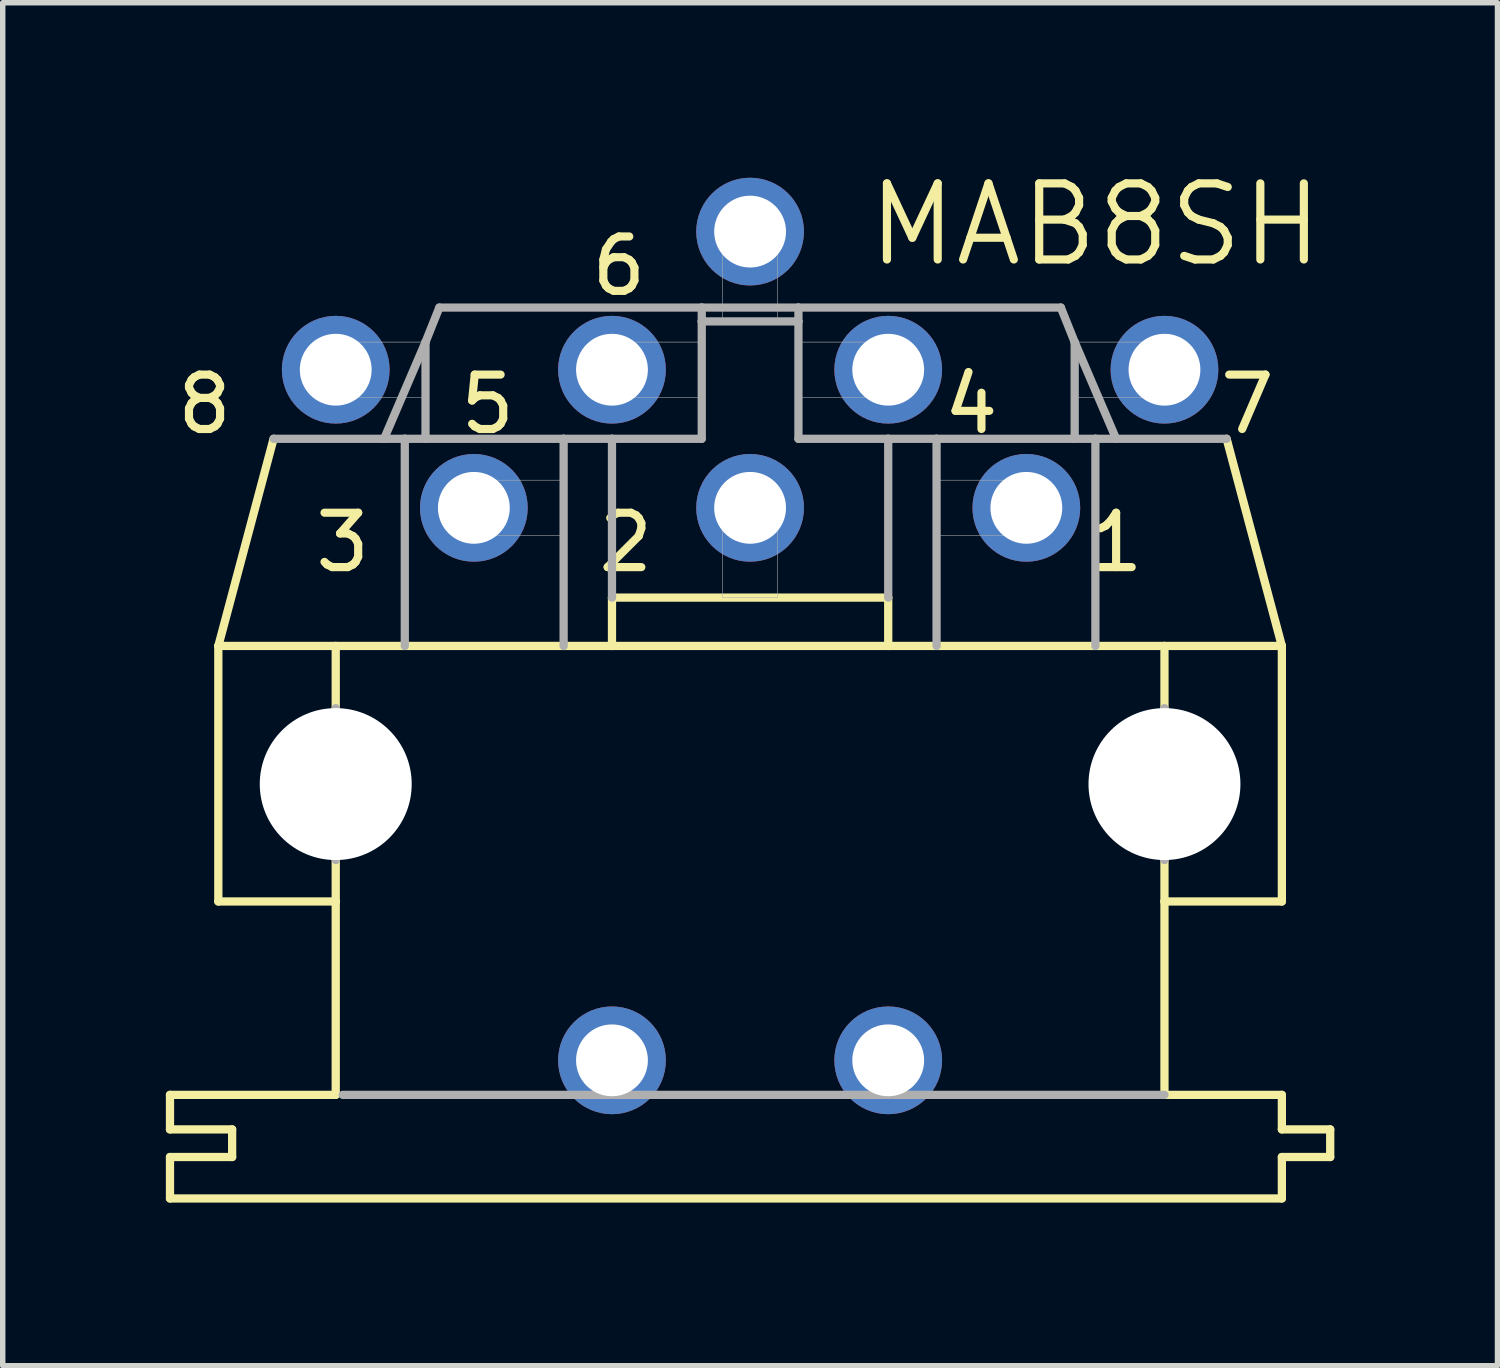
<source format=kicad_pcb>
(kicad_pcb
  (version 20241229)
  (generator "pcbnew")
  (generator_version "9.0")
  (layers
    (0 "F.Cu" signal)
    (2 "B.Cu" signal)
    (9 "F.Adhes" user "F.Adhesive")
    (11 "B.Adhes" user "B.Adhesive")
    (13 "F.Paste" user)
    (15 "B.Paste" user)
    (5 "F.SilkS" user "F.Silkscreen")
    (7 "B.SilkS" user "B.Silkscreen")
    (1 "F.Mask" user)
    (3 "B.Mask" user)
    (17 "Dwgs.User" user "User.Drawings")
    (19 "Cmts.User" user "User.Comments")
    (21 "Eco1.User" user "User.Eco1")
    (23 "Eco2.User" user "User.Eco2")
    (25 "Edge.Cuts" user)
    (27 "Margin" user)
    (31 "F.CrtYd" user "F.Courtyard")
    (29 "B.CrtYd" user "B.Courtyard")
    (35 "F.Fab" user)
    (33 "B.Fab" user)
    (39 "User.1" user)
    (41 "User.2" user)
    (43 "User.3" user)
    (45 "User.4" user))
  (footprint "MAB8SH"
    (layer "F.Cu")
    (at 10.744 11.369)
    (property "Reference" "MAB8SH" (at 6.35 -10.287 0) (layer "F.SilkS") (effects (font (size 1.4 1.4) (thickness 0.15))))
    (attr through_hole)
    (fp_line (start -10.668 6.35) (end -10.668 5.715) (stroke (width 0.152) (type solid)) (layer "F.SilkS"))
    (fp_line (start -10.668 6.35) (end -9.525 6.35) (stroke (width 0.152) (type solid)) (layer "F.SilkS"))
    (fp_line (start -10.668 7.62) (end -10.668 6.858) (stroke (width 0.152) (type solid)) (layer "F.SilkS"))
    (fp_line (start -10.668 7.62) (end 9.779 7.62) (stroke (width 0.152) (type solid)) (layer "F.SilkS"))
    (fp_line (start -9.779 2.159) (end -9.779 -2.54) (stroke (width 0.152) (type solid)) (layer "F.SilkS"))
    (fp_line (start -9.779 2.159) (end -7.62 2.159) (stroke (width 0.152) (type solid)) (layer "F.SilkS"))
    (fp_line (start -9.525 6.858) (end -10.668 6.858) (stroke (width 0.152) (type solid)) (layer "F.SilkS"))
    (fp_line (start -9.525 6.858) (end -9.525 6.35) (stroke (width 0.152) (type solid)) (layer "F.SilkS"))
    (fp_line (start -8.763 -6.35) (end -9.779 -2.54) (stroke (width 0.152) (type solid)) (layer "F.SilkS"))
    (fp_line (start -7.62 -2.54) (end -9.779 -2.54) (stroke (width 0.152) (type solid)) (layer "F.SilkS"))
    (fp_line (start -7.62 -2.54) (end -7.62 -1.397) (stroke (width 0.152) (type solid)) (layer "F.SilkS"))
    (fp_line (start -7.62 2.159) (end -7.62 1.397) (stroke (width 0.152) (type solid)) (layer "F.SilkS"))
    (fp_line (start -7.62 5.715) (end -10.668 5.715) (stroke (width 0.152) (type solid)) (layer "F.SilkS"))
    (fp_line (start -7.62 5.715) (end -7.62 2.159) (stroke (width 0.152) (type solid)) (layer "F.SilkS"))
    (fp_line (start -2.54 -3.429) (end -2.54 -2.54) (stroke (width 0.152) (type solid)) (layer "F.SilkS"))
    (fp_line (start -2.54 -3.429) (end 2.54 -3.429) (stroke (width 0.152) (type solid)) (layer "F.SilkS"))
    (fp_line (start -2.54 -2.54) (end -7.62 -2.54) (stroke (width 0.152) (type solid)) (layer "F.SilkS"))
    (fp_line (start 2.54 -3.429) (end 2.54 -2.54) (stroke (width 0.152) (type solid)) (layer "F.SilkS"))
    (fp_line (start 2.54 -2.54) (end -2.54 -2.54) (stroke (width 0.152) (type solid)) (layer "F.SilkS"))
    (fp_line (start 7.62 -2.54) (end 2.54 -2.54) (stroke (width 0.152) (type solid)) (layer "F.SilkS"))
    (fp_line (start 7.62 -2.54) (end 7.62 -1.397) (stroke (width 0.152) (type solid)) (layer "F.SilkS"))
    (fp_line (start 7.62 2.159) (end 7.62 1.397) (stroke (width 0.152) (type solid)) (layer "F.SilkS"))
    (fp_line (start 7.62 5.715) (end 7.62 2.159) (stroke (width 0.152) (type solid)) (layer "F.SilkS"))
    (fp_line (start 8.763 -6.35) (end 9.779 -2.54) (stroke (width 0.152) (type solid)) (layer "F.SilkS"))
    (fp_line (start 9.779 -2.54) (end 7.62 -2.54) (stroke (width 0.152) (type solid)) (layer "F.SilkS"))
    (fp_line (start 9.779 2.159) (end 7.62 2.159) (stroke (width 0.152) (type solid)) (layer "F.SilkS"))
    (fp_line (start 9.779 2.159) (end 9.779 -2.54) (stroke (width 0.152) (type solid)) (layer "F.SilkS"))
    (fp_line (start 9.779 5.715) (end 7.62 5.715) (stroke (width 0.152) (type solid)) (layer "F.SilkS"))
    (fp_line (start 9.779 5.715) (end 9.779 6.35) (stroke (width 0.152) (type solid)) (layer "F.SilkS"))
    (fp_line (start 9.779 7.62) (end 9.779 6.858) (stroke (width 0.152) (type solid)) (layer "F.SilkS"))
    (fp_line (start 10.668 6.35) (end 9.779 6.35) (stroke (width 0.152) (type solid)) (layer "F.SilkS"))
    (fp_line (start 10.668 6.858) (end 9.779 6.858) (stroke (width 0.152) (type solid)) (layer "F.SilkS"))
    (fp_line (start 10.668 6.858) (end 10.668 6.35) (stroke (width 0.152) (type solid)) (layer "F.SilkS"))
    (fp_line (start -8.763 -6.35) (end -6.731 -6.35) (stroke (width 0.152) (type solid)) (layer "F.Fab"))
    (fp_line (start -7.62 -1.397) (end -7.62 1.397) (stroke (width 0.152) (type solid)) (layer "F.Fab"))
    (fp_line (start -7.493 5.715) (end 7.62 5.715) (stroke (width 0.152) (type solid)) (layer "F.Fab"))
    (fp_line (start -6.731 -6.35) (end -5.969 -8.128) (stroke (width 0.152) (type solid)) (layer "F.Fab"))
    (fp_line (start -6.35 -6.35) (end -6.731 -6.35) (stroke (width 0.152) (type solid)) (layer "F.Fab"))
    (fp_line (start -6.35 -6.35) (end -6.35 -2.54) (stroke (width 0.152) (type solid)) (layer "F.Fab"))
    (fp_line (start -5.969 -8.128) (end -5.969 -6.35) (stroke (width 0.152) (type solid)) (layer "F.Fab"))
    (fp_line (start -5.969 -8.128) (end -5.715 -8.763) (stroke (width 0.152) (type solid)) (layer "F.Fab"))
    (fp_line (start -5.969 -6.35) (end -6.35 -6.35) (stroke (width 0.152) (type solid)) (layer "F.Fab"))
    (fp_line (start -3.429 -6.35) (end -5.969 -6.35) (stroke (width 0.152) (type solid)) (layer "F.Fab"))
    (fp_line (start -3.429 -6.35) (end -3.429 -2.54) (stroke (width 0.152) (type solid)) (layer "F.Fab"))
    (fp_line (start -2.54 -6.35) (end -3.429 -6.35) (stroke (width 0.152) (type solid)) (layer "F.Fab"))
    (fp_line (start -2.54 -6.35) (end -2.54 -3.429) (stroke (width 0.152) (type solid)) (layer "F.Fab"))
    (fp_line (start -2.54 -6.35) (end -0.889 -6.35) (stroke (width 0.152) (type solid)) (layer "F.Fab"))
    (fp_line (start -0.889 -8.763) (end -5.715 -8.763) (stroke (width 0.152) (type solid)) (layer "F.Fab"))
    (fp_line (start -0.889 -8.509) (end -0.889 -8.763) (stroke (width 0.152) (type solid)) (layer "F.Fab"))
    (fp_line (start -0.889 -8.509) (end 0.889 -8.509) (stroke (width 0.152) (type solid)) (layer "F.Fab"))
    (fp_line (start -0.889 -6.35) (end -0.889 -8.509) (stroke (width 0.152) (type solid)) (layer "F.Fab"))
    (fp_line (start 0.889 -8.763) (end -0.889 -8.763) (stroke (width 0.152) (type solid)) (layer "F.Fab"))
    (fp_line (start 0.889 -8.763) (end 0.889 -8.509) (stroke (width 0.152) (type solid)) (layer "F.Fab"))
    (fp_line (start 0.889 -8.509) (end 0.889 -6.35) (stroke (width 0.152) (type solid)) (layer "F.Fab"))
    (fp_line (start 2.54 -6.35) (end 0.889 -6.35) (stroke (width 0.152) (type solid)) (layer "F.Fab"))
    (fp_line (start 2.54 -6.35) (end 2.54 -3.429) (stroke (width 0.152) (type solid)) (layer "F.Fab"))
    (fp_line (start 3.429 -6.35) (end 2.54 -6.35) (stroke (width 0.152) (type solid)) (layer "F.Fab"))
    (fp_line (start 3.429 -6.35) (end 3.429 -2.54) (stroke (width 0.152) (type solid)) (layer "F.Fab"))
    (fp_line (start 5.715 -8.763) (end 0.889 -8.763) (stroke (width 0.152) (type solid)) (layer "F.Fab"))
    (fp_line (start 5.715 -8.763) (end 5.969 -8.128) (stroke (width 0.152) (type solid)) (layer "F.Fab"))
    (fp_line (start 5.969 -8.128) (end 5.969 -6.35) (stroke (width 0.152) (type solid)) (layer "F.Fab"))
    (fp_line (start 5.969 -8.128) (end 6.731 -6.35) (stroke (width 0.152) (type solid)) (layer "F.Fab"))
    (fp_line (start 5.969 -6.35) (end 3.429 -6.35) (stroke (width 0.152) (type solid)) (layer "F.Fab"))
    (fp_line (start 6.35 -6.35) (end 5.969 -6.35) (stroke (width 0.152) (type solid)) (layer "F.Fab"))
    (fp_line (start 6.35 -6.35) (end 6.35 -2.54) (stroke (width 0.152) (type solid)) (layer "F.Fab"))
    (fp_line (start 6.731 -6.35) (end 6.35 -6.35) (stroke (width 0.152) (type solid)) (layer "F.Fab"))
    (fp_line (start 7.62 -1.397) (end 7.62 1.397) (stroke (width 0.152) (type solid)) (layer "F.Fab"))
    (fp_line (start 8.763 -6.35) (end 6.731 -6.35) (stroke (width 0.152) (type solid)) (layer "F.Fab"))
    (fp_poly (pts (xy -8.001 -8.128) (xy -5.969 -8.128) (xy -5.969 -7.112) (xy -8.001 -7.112)) (stroke (width 0.01) (type solid)) (fill no) (layer "F.Fab"))
    (fp_poly (pts (xy -5.461 -5.588) (xy -3.429 -5.588) (xy -3.429 -4.572) (xy -5.461 -4.572)) (stroke (width 0.01) (type solid)) (fill no) (layer "F.Fab"))
    (fp_poly (pts (xy -2.921 -8.128) (xy -0.889 -8.128) (xy -0.889 -7.112) (xy -2.921 -7.112)) (stroke (width 0.01) (type solid)) (fill no) (layer "F.Fab"))
    (fp_poly (pts (xy -0.508 -10.541) (xy 0.508 -10.541) (xy 0.508 -8.509) (xy -0.508 -8.509)) (stroke (width 0.01) (type solid)) (fill no) (layer "F.Fab"))
    (fp_poly (pts (xy -0.508 -5.461) (xy 0.508 -5.461) (xy 0.508 -3.429) (xy -0.508 -3.429)) (stroke (width 0.01) (type solid)) (fill no) (layer "F.Fab"))
    (fp_poly (pts (xy 0.889 -8.128) (xy 2.921 -8.128) (xy 2.921 -7.112) (xy 0.889 -7.112)) (stroke (width 0.01) (type solid)) (fill no) (layer "F.Fab"))
    (fp_poly (pts (xy 3.429 -5.588) (xy 5.461 -5.588) (xy 5.461 -4.572) (xy 3.429 -4.572)) (stroke (width 0.01) (type solid)) (fill no) (layer "F.Fab"))
    (fp_poly (pts (xy 5.969 -8.128) (xy 8.001 -8.128) (xy 8.001 -7.112) (xy 5.969 -7.112)) (stroke (width 0.01) (type solid)) (fill no) (layer "F.Fab"))
    (fp_text user "6" (at -2.413 -9.525 0) (layer "F.SilkS") (effects (font (size 1 1) (thickness 0.15))))
    (fp_text user "5" (at -4.826 -6.985 0) (layer "F.SilkS") (effects (font (size 1 1) (thickness 0.15))))
    (fp_text user "2" (at -2.286 -4.445 0) (layer "F.SilkS") (effects (font (size 1 1) (thickness 0.15))))
    (fp_text user "8" (at -10.033 -6.985 0) (layer "F.SilkS") (effects (font (size 1 1) (thickness 0.15))))
    (fp_text user "1" (at 6.731 -4.445 0) (layer "F.SilkS") (effects (font (size 1 1) (thickness 0.15))))
    (fp_text user "3" (at -7.493 -4.445 0) (layer "F.SilkS") (effects (font (size 1 1) (thickness 0.15))))
    (fp_text user "7" (at 9.144 -6.985 0) (layer "F.SilkS") (effects (font (size 1 1) (thickness 0.15))))
    (fp_text user "4" (at 4.064 -6.985 0) (layer "F.SilkS") (effects (font (size 1 1) (thickness 0.15))))
    (pad "" np_thru_hole circle (at -7.62 0) (size 2.794 2.794) (drill 2.794) (layers "*.Cu" "*.Mask"))
    (pad "" np_thru_hole circle (at 7.62 0) (size 2.794 2.794) (drill 2.794) (layers "*.Cu" "*.Mask"))
    (pad "1" thru_hole circle (at 5.08 -5.08) (size 1.981 1.981) (drill 1.321) (layers "*.Cu" "*.Mask"))
    (pad "2" thru_hole circle (at 0 -5.08) (size 1.981 1.981) (drill 1.321) (layers "*.Cu" "*.Mask"))
    (pad "3" thru_hole circle (at -5.08 -5.08) (size 1.981 1.981) (drill 1.321) (layers "*.Cu" "*.Mask"))
    (pad "4" thru_hole circle (at 2.54 -7.62) (size 1.981 1.981) (drill 1.321) (layers "*.Cu" "*.Mask"))
    (pad "5" thru_hole circle (at -2.54 -7.62) (size 1.981 1.981) (drill 1.321) (layers "*.Cu" "*.Mask"))
    (pad "6" thru_hole circle (at 0 -10.16) (size 1.981 1.981) (drill 1.321) (layers "*.Cu" "*.Mask"))
    (pad "7" thru_hole circle (at 7.62 -7.62) (size 1.981 1.981) (drill 1.321) (layers "*.Cu" "*.Mask"))
    (pad "8" thru_hole circle (at -7.62 -7.62) (size 1.981 1.981) (drill 1.321) (layers "*.Cu" "*.Mask"))
    (pad "PE" thru_hole circle (at -2.54 5.08) (size 1.981 1.981) (drill 1.321) (layers "*.Cu" "*.Mask"))
    (pad "PE@" thru_hole circle (at 2.54 5.08) (size 1.981 1.981) (drill 1.321) (layers "*.Cu" "*.Mask")))
  (gr_rect
    (start -3 -3)
    (end 24.488 22.065)
    (stroke (width 0.1) (type default))
    (fill no)
    (layer "Edge.Cuts")))
</source>
